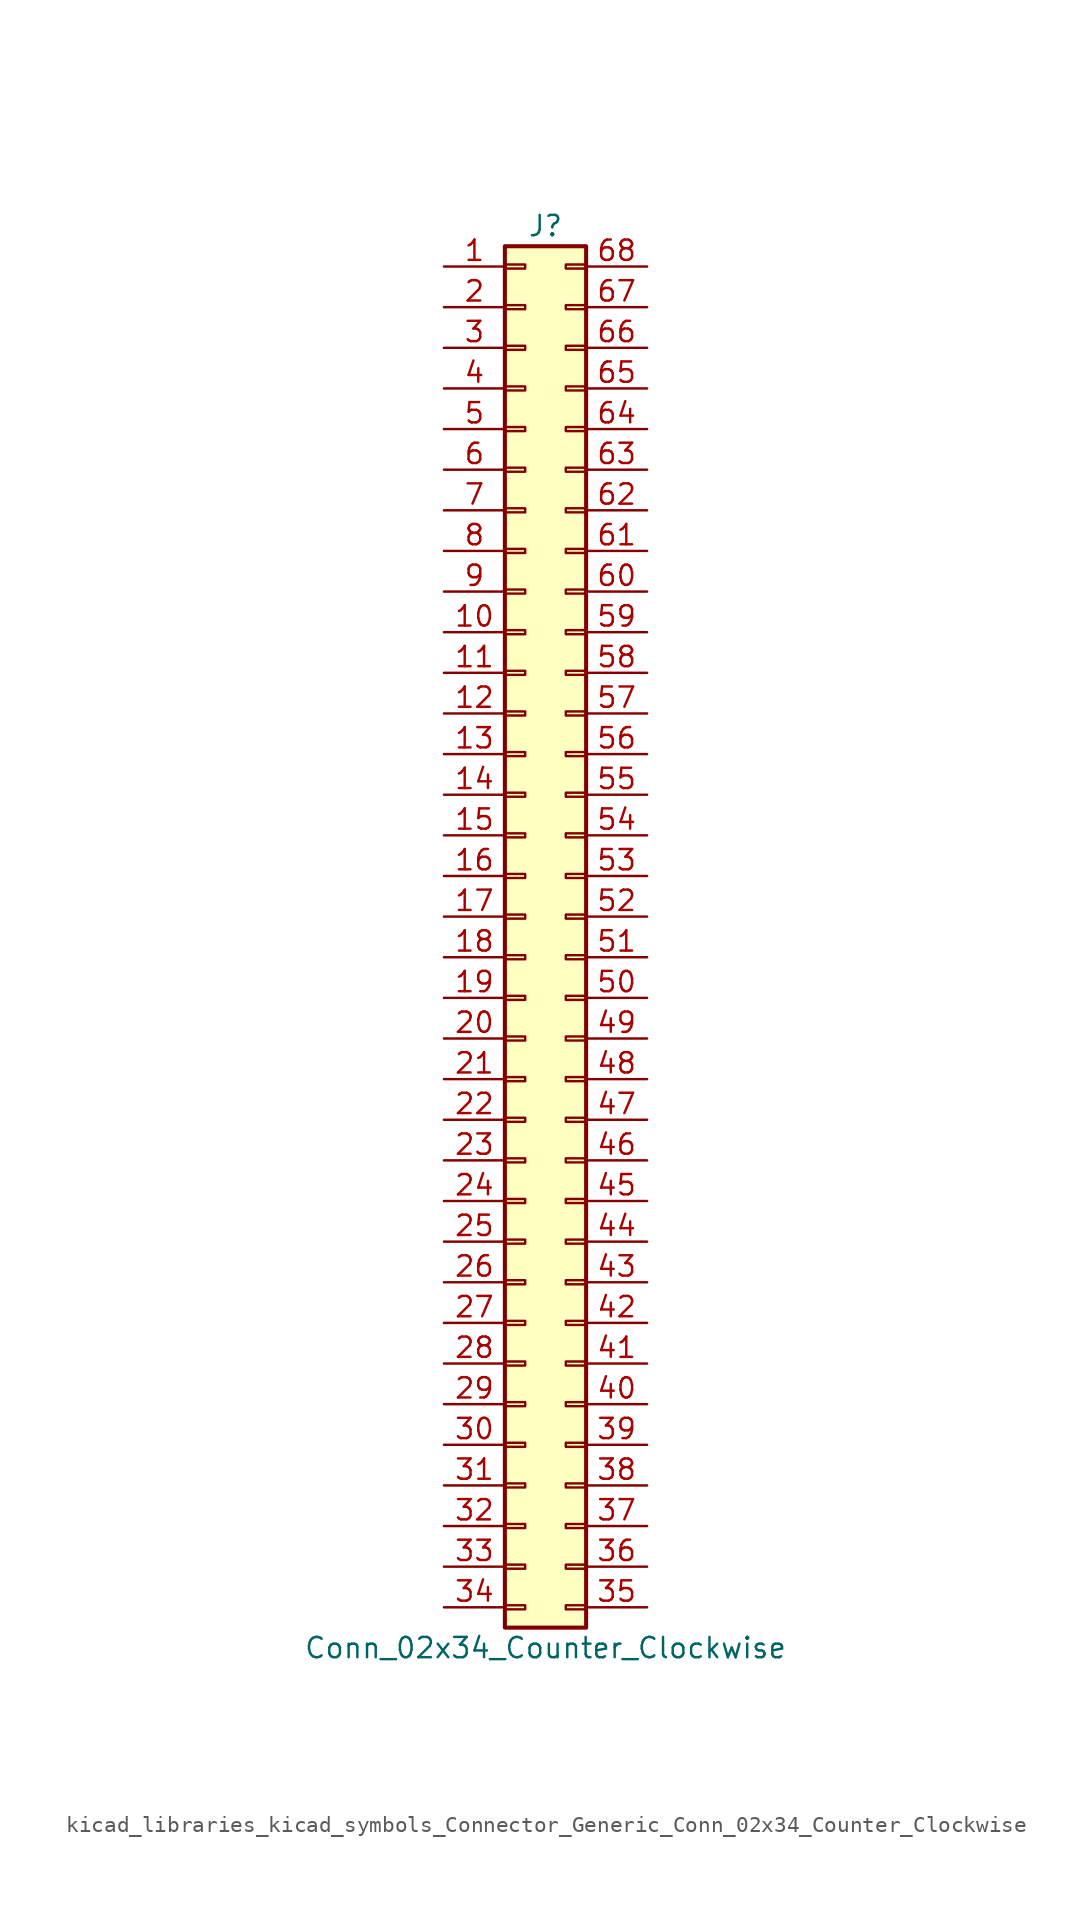
<source format=kicad_sym>
(kicad_symbol_lib
  (version 20220914)
  (generator kicad_symbol_editor)
  (symbol "kicad_libraries_kicad_symbols_Connector_Generic_Conn_02x34_Counter_Clockwise"
    (pin_names
      (offset 1.016) hide)
    (property "Reference" "J"
      (at 1.27 43.18 0)
      (effects (font (size 1.27 1.27))))
    (property "Value" "Conn_02x34_Counter_Clockwise"
      (at 1.27 -45.72 0)
      (effects (font (size 1.27 1.27))))
    (symbol "kicad_libraries_kicad_symbols_Connector_Generic_Conn_02x34_Counter_Clockwise_1_1"
      (rectangle (start -1.27 -43.053) (end 0 -43.307) (stroke (width 0.152) (type default)) (fill (type none)))
      (rectangle (start -1.27 -40.513) (end 0 -40.767) (stroke (width 0.152) (type default)) (fill (type none)))
      (rectangle (start -1.27 -37.973) (end 0 -38.227) (stroke (width 0.152) (type default)) (fill (type none)))
      (rectangle (start -1.27 -35.433) (end 0 -35.687) (stroke (width 0.152) (type default)) (fill (type none)))
      (rectangle (start -1.27 -32.893) (end 0 -33.147) (stroke (width 0.152) (type default)) (fill (type none)))
      (rectangle (start -1.27 -30.353) (end 0 -30.607) (stroke (width 0.152) (type default)) (fill (type none)))
      (rectangle (start -1.27 -27.813) (end 0 -28.067) (stroke (width 0.152) (type default)) (fill (type none)))
      (rectangle (start -1.27 -25.273) (end 0 -25.527) (stroke (width 0.152) (type default)) (fill (type none)))
      (rectangle (start -1.27 -22.733) (end 0 -22.987) (stroke (width 0.152) (type default)) (fill (type none)))
      (rectangle (start -1.27 -20.193) (end 0 -20.447) (stroke (width 0.152) (type default)) (fill (type none)))
      (rectangle (start -1.27 -17.653) (end 0 -17.907) (stroke (width 0.152) (type default)) (fill (type none)))
      (rectangle (start -1.27 -15.113) (end 0 -15.367) (stroke (width 0.152) (type default)) (fill (type none)))
      (rectangle (start -1.27 -12.573) (end 0 -12.827) (stroke (width 0.152) (type default)) (fill (type none)))
      (rectangle (start -1.27 -10.033) (end 0 -10.287) (stroke (width 0.152) (type default)) (fill (type none)))
      (rectangle (start -1.27 -7.493) (end 0 -7.747) (stroke (width 0.152) (type default)) (fill (type none)))
      (rectangle (start -1.27 -4.953) (end 0 -5.207) (stroke (width 0.152) (type default)) (fill (type none)))
      (rectangle (start -1.27 -2.413) (end 0 -2.667) (stroke (width 0.152) (type default)) (fill (type none)))
      (rectangle (start -1.27 0.127) (end 0 -0.127) (stroke (width 0.152) (type default)) (fill (type none)))
      (rectangle (start -1.27 2.667) (end 0 2.413) (stroke (width 0.152) (type default)) (fill (type none)))
      (rectangle (start -1.27 5.207) (end 0 4.953) (stroke (width 0.152) (type default)) (fill (type none)))
      (rectangle (start -1.27 7.747) (end 0 7.493) (stroke (width 0.152) (type default)) (fill (type none)))
      (rectangle (start -1.27 10.287) (end 0 10.033) (stroke (width 0.152) (type default)) (fill (type none)))
      (rectangle (start -1.27 12.827) (end 0 12.573) (stroke (width 0.152) (type default)) (fill (type none)))
      (rectangle (start -1.27 15.367) (end 0 15.113) (stroke (width 0.152) (type default)) (fill (type none)))
      (rectangle (start -1.27 17.907) (end 0 17.653) (stroke (width 0.152) (type default)) (fill (type none)))
      (rectangle (start -1.27 20.447) (end 0 20.193) (stroke (width 0.152) (type default)) (fill (type none)))
      (rectangle (start -1.27 22.987) (end 0 22.733) (stroke (width 0.152) (type default)) (fill (type none)))
      (rectangle (start -1.27 25.527) (end 0 25.273) (stroke (width 0.152) (type default)) (fill (type none)))
      (rectangle (start -1.27 28.067) (end 0 27.813) (stroke (width 0.152) (type default)) (fill (type none)))
      (rectangle (start -1.27 30.607) (end 0 30.353) (stroke (width 0.152) (type default)) (fill (type none)))
      (rectangle (start -1.27 33.147) (end 0 32.893) (stroke (width 0.152) (type default)) (fill (type none)))
      (rectangle (start -1.27 35.687) (end 0 35.433) (stroke (width 0.152) (type default)) (fill (type none)))
      (rectangle (start -1.27 38.227) (end 0 37.973) (stroke (width 0.152) (type default)) (fill (type none)))
      (rectangle (start -1.27 40.767) (end 0 40.513) (stroke (width 0.152) (type default)) (fill (type none)))
      (rectangle (start -1.27 41.91) (end 3.81 -44.45) (stroke (width 0.254) (type default)) (fill (type background)))
      (rectangle (start 3.81 -43.053) (end 2.54 -43.307) (stroke (width 0.152) (type default)) (fill (type none)))
      (rectangle (start 3.81 -40.513) (end 2.54 -40.767) (stroke (width 0.152) (type default)) (fill (type none)))
      (rectangle (start 3.81 -37.973) (end 2.54 -38.227) (stroke (width 0.152) (type default)) (fill (type none)))
      (rectangle (start 3.81 -35.433) (end 2.54 -35.687) (stroke (width 0.152) (type default)) (fill (type none)))
      (rectangle (start 3.81 -32.893) (end 2.54 -33.147) (stroke (width 0.152) (type default)) (fill (type none)))
      (rectangle (start 3.81 -30.353) (end 2.54 -30.607) (stroke (width 0.152) (type default)) (fill (type none)))
      (rectangle (start 3.81 -27.813) (end 2.54 -28.067) (stroke (width 0.152) (type default)) (fill (type none)))
      (rectangle (start 3.81 -25.273) (end 2.54 -25.527) (stroke (width 0.152) (type default)) (fill (type none)))
      (rectangle (start 3.81 -22.733) (end 2.54 -22.987) (stroke (width 0.152) (type default)) (fill (type none)))
      (rectangle (start 3.81 -20.193) (end 2.54 -20.447) (stroke (width 0.152) (type default)) (fill (type none)))
      (rectangle (start 3.81 -17.653) (end 2.54 -17.907) (stroke (width 0.152) (type default)) (fill (type none)))
      (rectangle (start 3.81 -15.113) (end 2.54 -15.367) (stroke (width 0.152) (type default)) (fill (type none)))
      (rectangle (start 3.81 -12.573) (end 2.54 -12.827) (stroke (width 0.152) (type default)) (fill (type none)))
      (rectangle (start 3.81 -10.033) (end 2.54 -10.287) (stroke (width 0.152) (type default)) (fill (type none)))
      (rectangle (start 3.81 -7.493) (end 2.54 -7.747) (stroke (width 0.152) (type default)) (fill (type none)))
      (rectangle (start 3.81 -4.953) (end 2.54 -5.207) (stroke (width 0.152) (type default)) (fill (type none)))
      (rectangle (start 3.81 -2.413) (end 2.54 -2.667) (stroke (width 0.152) (type default)) (fill (type none)))
      (rectangle (start 3.81 0.127) (end 2.54 -0.127) (stroke (width 0.152) (type default)) (fill (type none)))
      (rectangle (start 3.81 2.667) (end 2.54 2.413) (stroke (width 0.152) (type default)) (fill (type none)))
      (rectangle (start 3.81 5.207) (end 2.54 4.953) (stroke (width 0.152) (type default)) (fill (type none)))
      (rectangle (start 3.81 7.747) (end 2.54 7.493) (stroke (width 0.152) (type default)) (fill (type none)))
      (rectangle (start 3.81 10.287) (end 2.54 10.033) (stroke (width 0.152) (type default)) (fill (type none)))
      (rectangle (start 3.81 12.827) (end 2.54 12.573) (stroke (width 0.152) (type default)) (fill (type none)))
      (rectangle (start 3.81 15.367) (end 2.54 15.113) (stroke (width 0.152) (type default)) (fill (type none)))
      (rectangle (start 3.81 17.907) (end 2.54 17.653) (stroke (width 0.152) (type default)) (fill (type none)))
      (rectangle (start 3.81 20.447) (end 2.54 20.193) (stroke (width 0.152) (type default)) (fill (type none)))
      (rectangle (start 3.81 22.987) (end 2.54 22.733) (stroke (width 0.152) (type default)) (fill (type none)))
      (rectangle (start 3.81 25.527) (end 2.54 25.273) (stroke (width 0.152) (type default)) (fill (type none)))
      (rectangle (start 3.81 28.067) (end 2.54 27.813) (stroke (width 0.152) (type default)) (fill (type none)))
      (rectangle (start 3.81 30.607) (end 2.54 30.353) (stroke (width 0.152) (type default)) (fill (type none)))
      (rectangle (start 3.81 33.147) (end 2.54 32.893) (stroke (width 0.152) (type default)) (fill (type none)))
      (rectangle (start 3.81 35.687) (end 2.54 35.433) (stroke (width 0.152) (type default)) (fill (type none)))
      (rectangle (start 3.81 38.227) (end 2.54 37.973) (stroke (width 0.152) (type default)) (fill (type none)))
      (rectangle (start 3.81 40.767) (end 2.54 40.513) (stroke (width 0.152) (type default)) (fill (type none)))
      (pin passive line (at -5.08 40.64 0) (length 3.81) (name "Pin_1" (effects (font (size 1.27 1.27)))) (number "1" (effects (font (size 1.27 1.27)))))
      (pin passive line (at -5.08 17.78 0) (length 3.81) (name "Pin_10" (effects (font (size 1.27 1.27)))) (number "10" (effects (font (size 1.27 1.27)))))
      (pin passive line (at -5.08 15.24 0) (length 3.81) (name "Pin_11" (effects (font (size 1.27 1.27)))) (number "11" (effects (font (size 1.27 1.27)))))
      (pin passive line (at -5.08 12.7 0) (length 3.81) (name "Pin_12" (effects (font (size 1.27 1.27)))) (number "12" (effects (font (size 1.27 1.27)))))
      (pin passive line (at -5.08 10.16 0) (length 3.81) (name "Pin_13" (effects (font (size 1.27 1.27)))) (number "13" (effects (font (size 1.27 1.27)))))
      (pin passive line (at -5.08 7.62 0) (length 3.81) (name "Pin_14" (effects (font (size 1.27 1.27)))) (number "14" (effects (font (size 1.27 1.27)))))
      (pin passive line (at -5.08 5.08 0) (length 3.81) (name "Pin_15" (effects (font (size 1.27 1.27)))) (number "15" (effects (font (size 1.27 1.27)))))
      (pin passive line (at -5.08 2.54 0) (length 3.81) (name "Pin_16" (effects (font (size 1.27 1.27)))) (number "16" (effects (font (size 1.27 1.27)))))
      (pin passive line (at -5.08 0 0) (length 3.81) (name "Pin_17" (effects (font (size 1.27 1.27)))) (number "17" (effects (font (size 1.27 1.27)))))
      (pin passive line (at -5.08 -2.54 0) (length 3.81) (name "Pin_18" (effects (font (size 1.27 1.27)))) (number "18" (effects (font (size 1.27 1.27)))))
      (pin passive line (at -5.08 -5.08 0) (length 3.81) (name "Pin_19" (effects (font (size 1.27 1.27)))) (number "19" (effects (font (size 1.27 1.27)))))
      (pin passive line (at -5.08 38.1 0) (length 3.81) (name "Pin_2" (effects (font (size 1.27 1.27)))) (number "2" (effects (font (size 1.27 1.27)))))
      (pin passive line (at -5.08 -7.62 0) (length 3.81) (name "Pin_20" (effects (font (size 1.27 1.27)))) (number "20" (effects (font (size 1.27 1.27)))))
      (pin passive line (at -5.08 -10.16 0) (length 3.81) (name "Pin_21" (effects (font (size 1.27 1.27)))) (number "21" (effects (font (size 1.27 1.27)))))
      (pin passive line (at -5.08 -12.7 0) (length 3.81) (name "Pin_22" (effects (font (size 1.27 1.27)))) (number "22" (effects (font (size 1.27 1.27)))))
      (pin passive line (at -5.08 -15.24 0) (length 3.81) (name "Pin_23" (effects (font (size 1.27 1.27)))) (number "23" (effects (font (size 1.27 1.27)))))
      (pin passive line (at -5.08 -17.78 0) (length 3.81) (name "Pin_24" (effects (font (size 1.27 1.27)))) (number "24" (effects (font (size 1.27 1.27)))))
      (pin passive line (at -5.08 -20.32 0) (length 3.81) (name "Pin_25" (effects (font (size 1.27 1.27)))) (number "25" (effects (font (size 1.27 1.27)))))
      (pin passive line (at -5.08 -22.86 0) (length 3.81) (name "Pin_26" (effects (font (size 1.27 1.27)))) (number "26" (effects (font (size 1.27 1.27)))))
      (pin passive line (at -5.08 -25.4 0) (length 3.81) (name "Pin_27" (effects (font (size 1.27 1.27)))) (number "27" (effects (font (size 1.27 1.27)))))
      (pin passive line (at -5.08 -27.94 0) (length 3.81) (name "Pin_28" (effects (font (size 1.27 1.27)))) (number "28" (effects (font (size 1.27 1.27)))))
      (pin passive line (at -5.08 -30.48 0) (length 3.81) (name "Pin_29" (effects (font (size 1.27 1.27)))) (number "29" (effects (font (size 1.27 1.27)))))
      (pin passive line (at -5.08 35.56 0) (length 3.81) (name "Pin_3" (effects (font (size 1.27 1.27)))) (number "3" (effects (font (size 1.27 1.27)))))
      (pin passive line (at -5.08 -33.02 0) (length 3.81) (name "Pin_30" (effects (font (size 1.27 1.27)))) (number "30" (effects (font (size 1.27 1.27)))))
      (pin passive line (at -5.08 -35.56 0) (length 3.81) (name "Pin_31" (effects (font (size 1.27 1.27)))) (number "31" (effects (font (size 1.27 1.27)))))
      (pin passive line (at -5.08 -38.1 0) (length 3.81) (name "Pin_32" (effects (font (size 1.27 1.27)))) (number "32" (effects (font (size 1.27 1.27)))))
      (pin passive line (at -5.08 -40.64 0) (length 3.81) (name "Pin_33" (effects (font (size 1.27 1.27)))) (number "33" (effects (font (size 1.27 1.27)))))
      (pin passive line (at -5.08 -43.18 0) (length 3.81) (name "Pin_34" (effects (font (size 1.27 1.27)))) (number "34" (effects (font (size 1.27 1.27)))))
      (pin passive line (at 7.62 -43.18 180) (length 3.81) (name "Pin_35" (effects (font (size 1.27 1.27)))) (number "35" (effects (font (size 1.27 1.27)))))
      (pin passive line (at 7.62 -40.64 180) (length 3.81) (name "Pin_36" (effects (font (size 1.27 1.27)))) (number "36" (effects (font (size 1.27 1.27)))))
      (pin passive line (at 7.62 -38.1 180) (length 3.81) (name "Pin_37" (effects (font (size 1.27 1.27)))) (number "37" (effects (font (size 1.27 1.27)))))
      (pin passive line (at 7.62 -35.56 180) (length 3.81) (name "Pin_38" (effects (font (size 1.27 1.27)))) (number "38" (effects (font (size 1.27 1.27)))))
      (pin passive line (at 7.62 -33.02 180) (length 3.81) (name "Pin_39" (effects (font (size 1.27 1.27)))) (number "39" (effects (font (size 1.27 1.27)))))
      (pin passive line (at -5.08 33.02 0) (length 3.81) (name "Pin_4" (effects (font (size 1.27 1.27)))) (number "4" (effects (font (size 1.27 1.27)))))
      (pin passive line (at 7.62 -30.48 180) (length 3.81) (name "Pin_40" (effects (font (size 1.27 1.27)))) (number "40" (effects (font (size 1.27 1.27)))))
      (pin passive line (at 7.62 -27.94 180) (length 3.81) (name "Pin_41" (effects (font (size 1.27 1.27)))) (number "41" (effects (font (size 1.27 1.27)))))
      (pin passive line (at 7.62 -25.4 180) (length 3.81) (name "Pin_42" (effects (font (size 1.27 1.27)))) (number "42" (effects (font (size 1.27 1.27)))))
      (pin passive line (at 7.62 -22.86 180) (length 3.81) (name "Pin_43" (effects (font (size 1.27 1.27)))) (number "43" (effects (font (size 1.27 1.27)))))
      (pin passive line (at 7.62 -20.32 180) (length 3.81) (name "Pin_44" (effects (font (size 1.27 1.27)))) (number "44" (effects (font (size 1.27 1.27)))))
      (pin passive line (at 7.62 -17.78 180) (length 3.81) (name "Pin_45" (effects (font (size 1.27 1.27)))) (number "45" (effects (font (size 1.27 1.27)))))
      (pin passive line (at 7.62 -15.24 180) (length 3.81) (name "Pin_46" (effects (font (size 1.27 1.27)))) (number "46" (effects (font (size 1.27 1.27)))))
      (pin passive line (at 7.62 -12.7 180) (length 3.81) (name "Pin_47" (effects (font (size 1.27 1.27)))) (number "47" (effects (font (size 1.27 1.27)))))
      (pin passive line (at 7.62 -10.16 180) (length 3.81) (name "Pin_48" (effects (font (size 1.27 1.27)))) (number "48" (effects (font (size 1.27 1.27)))))
      (pin passive line (at 7.62 -7.62 180) (length 3.81) (name "Pin_49" (effects (font (size 1.27 1.27)))) (number "49" (effects (font (size 1.27 1.27)))))
      (pin passive line (at -5.08 30.48 0) (length 3.81) (name "Pin_5" (effects (font (size 1.27 1.27)))) (number "5" (effects (font (size 1.27 1.27)))))
      (pin passive line (at 7.62 -5.08 180) (length 3.81) (name "Pin_50" (effects (font (size 1.27 1.27)))) (number "50" (effects (font (size 1.27 1.27)))))
      (pin passive line (at 7.62 -2.54 180) (length 3.81) (name "Pin_51" (effects (font (size 1.27 1.27)))) (number "51" (effects (font (size 1.27 1.27)))))
      (pin passive line (at 7.62 0 180) (length 3.81) (name "Pin_52" (effects (font (size 1.27 1.27)))) (number "52" (effects (font (size 1.27 1.27)))))
      (pin passive line (at 7.62 2.54 180) (length 3.81) (name "Pin_53" (effects (font (size 1.27 1.27)))) (number "53" (effects (font (size 1.27 1.27)))))
      (pin passive line (at 7.62 5.08 180) (length 3.81) (name "Pin_54" (effects (font (size 1.27 1.27)))) (number "54" (effects (font (size 1.27 1.27)))))
      (pin passive line (at 7.62 7.62 180) (length 3.81) (name "Pin_55" (effects (font (size 1.27 1.27)))) (number "55" (effects (font (size 1.27 1.27)))))
      (pin passive line (at 7.62 10.16 180) (length 3.81) (name "Pin_56" (effects (font (size 1.27 1.27)))) (number "56" (effects (font (size 1.27 1.27)))))
      (pin passive line (at 7.62 12.7 180) (length 3.81) (name "Pin_57" (effects (font (size 1.27 1.27)))) (number "57" (effects (font (size 1.27 1.27)))))
      (pin passive line (at 7.62 15.24 180) (length 3.81) (name "Pin_58" (effects (font (size 1.27 1.27)))) (number "58" (effects (font (size 1.27 1.27)))))
      (pin passive line (at 7.62 17.78 180) (length 3.81) (name "Pin_59" (effects (font (size 1.27 1.27)))) (number "59" (effects (font (size 1.27 1.27)))))
      (pin passive line (at -5.08 27.94 0) (length 3.81) (name "Pin_6" (effects (font (size 1.27 1.27)))) (number "6" (effects (font (size 1.27 1.27)))))
      (pin passive line (at 7.62 20.32 180) (length 3.81) (name "Pin_60" (effects (font (size 1.27 1.27)))) (number "60" (effects (font (size 1.27 1.27)))))
      (pin passive line (at 7.62 22.86 180) (length 3.81) (name "Pin_61" (effects (font (size 1.27 1.27)))) (number "61" (effects (font (size 1.27 1.27)))))
      (pin passive line (at 7.62 25.4 180) (length 3.81) (name "Pin_62" (effects (font (size 1.27 1.27)))) (number "62" (effects (font (size 1.27 1.27)))))
      (pin passive line (at 7.62 27.94 180) (length 3.81) (name "Pin_63" (effects (font (size 1.27 1.27)))) (number "63" (effects (font (size 1.27 1.27)))))
      (pin passive line (at 7.62 30.48 180) (length 3.81) (name "Pin_64" (effects (font (size 1.27 1.27)))) (number "64" (effects (font (size 1.27 1.27)))))
      (pin passive line (at 7.62 33.02 180) (length 3.81) (name "Pin_65" (effects (font (size 1.27 1.27)))) (number "65" (effects (font (size 1.27 1.27)))))
      (pin passive line (at 7.62 35.56 180) (length 3.81) (name "Pin_66" (effects (font (size 1.27 1.27)))) (number "66" (effects (font (size 1.27 1.27)))))
      (pin passive line (at 7.62 38.1 180) (length 3.81) (name "Pin_67" (effects (font (size 1.27 1.27)))) (number "67" (effects (font (size 1.27 1.27)))))
      (pin passive line (at 7.62 40.64 180) (length 3.81) (name "Pin_68" (effects (font (size 1.27 1.27)))) (number "68" (effects (font (size 1.27 1.27)))))
      (pin passive line (at -5.08 25.4 0) (length 3.81) (name "Pin_7" (effects (font (size 1.27 1.27)))) (number "7" (effects (font (size 1.27 1.27)))))
      (pin passive line (at -5.08 22.86 0) (length 3.81) (name "Pin_8" (effects (font (size 1.27 1.27)))) (number "8" (effects (font (size 1.27 1.27)))))
      (pin passive line (at -5.08 20.32 0) (length 3.81) (name "Pin_9" (effects (font (size 1.27 1.27)))) (number "9" (effects (font (size 1.27 1.27))))))))
</source>
